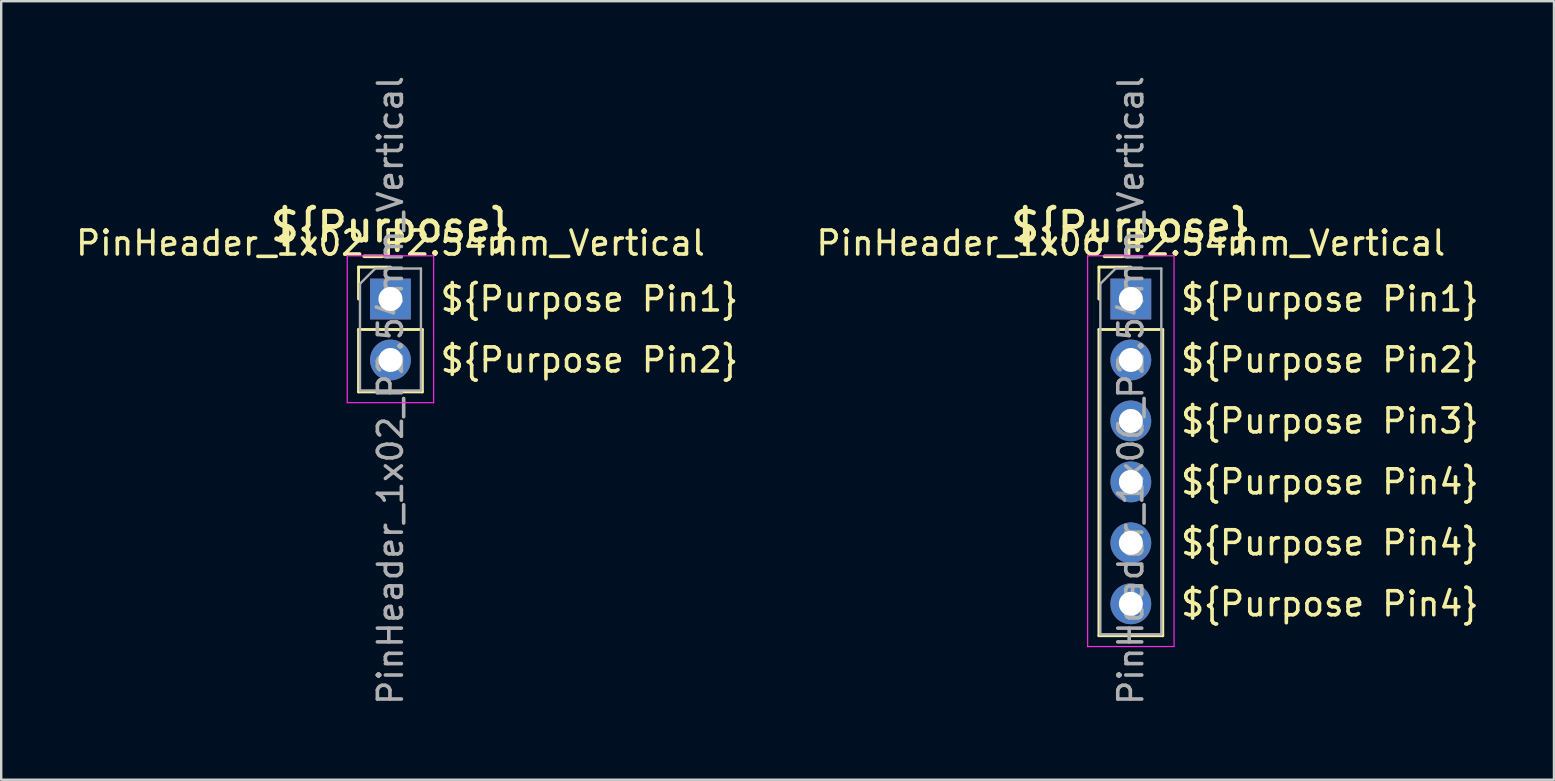
<source format=kicad_pcb>
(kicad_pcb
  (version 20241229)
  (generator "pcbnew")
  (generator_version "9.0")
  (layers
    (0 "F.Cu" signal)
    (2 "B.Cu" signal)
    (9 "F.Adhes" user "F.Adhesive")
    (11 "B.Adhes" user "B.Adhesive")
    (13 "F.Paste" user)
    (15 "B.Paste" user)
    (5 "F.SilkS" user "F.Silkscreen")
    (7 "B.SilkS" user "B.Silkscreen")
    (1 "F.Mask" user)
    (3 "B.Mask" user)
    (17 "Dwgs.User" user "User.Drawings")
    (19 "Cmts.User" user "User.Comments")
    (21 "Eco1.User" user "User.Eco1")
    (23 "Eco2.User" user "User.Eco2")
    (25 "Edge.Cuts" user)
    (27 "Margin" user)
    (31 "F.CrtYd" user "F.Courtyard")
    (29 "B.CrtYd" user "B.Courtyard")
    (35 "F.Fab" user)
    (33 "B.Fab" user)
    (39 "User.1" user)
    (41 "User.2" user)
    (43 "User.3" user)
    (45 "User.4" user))
  (footprint "PinHeader_1x02_P2.54mm_Vertical"
    (layer "F.Cu")
    (at 13.22 9.41)
    (property "Reference" "PinHeader_1x02_P2.54mm_Vertical" (at 0 -2.33 0) (layer "F.SilkS") (effects (font (size 1 1) (thickness 0.15))))
    (attr through_hole)
    (fp_line (start -1.33 -1.33) (end 0 -1.33) (stroke (width 0.12) (type solid)) (layer "F.SilkS"))
    (fp_line (start -1.33 0) (end -1.33 -1.33) (stroke (width 0.12) (type solid)) (layer "F.SilkS"))
    (fp_line (start -1.33 1.27) (end -1.33 3.87) (stroke (width 0.12) (type solid)) (layer "F.SilkS"))
    (fp_line (start -1.33 1.27) (end 1.33 1.27) (stroke (width 0.12) (type solid)) (layer "F.SilkS"))
    (fp_line (start -1.33 3.87) (end 1.33 3.87) (stroke (width 0.12) (type solid)) (layer "F.SilkS"))
    (fp_line (start 1.33 1.27) (end 1.33 3.87) (stroke (width 0.12) (type solid)) (layer "F.SilkS"))
    (fp_line (start -1.8 -1.8) (end -1.8 4.32) (stroke (width 0.05) (type solid)) (layer "F.CrtYd"))
    (fp_line (start -1.8 4.32) (end 1.8 4.32) (stroke (width 0.05) (type solid)) (layer "F.CrtYd"))
    (fp_line (start 1.8 -1.8) (end -1.8 -1.8) (stroke (width 0.05) (type solid)) (layer "F.CrtYd"))
    (fp_line (start 1.8 4.32) (end 1.8 -1.8) (stroke (width 0.05) (type solid)) (layer "F.CrtYd"))
    (fp_line (start -1.27 -0.635) (end -0.635 -1.27) (stroke (width 0.1) (type solid)) (layer "F.Fab"))
    (fp_line (start -1.27 3.81) (end -1.27 -0.635) (stroke (width 0.1) (type solid)) (layer "F.Fab"))
    (fp_line (start -0.635 -1.27) (end 1.27 -1.27) (stroke (width 0.1) (type solid)) (layer "F.Fab"))
    (fp_line (start 1.27 -1.27) (end 1.27 3.81) (stroke (width 0.1) (type solid)) (layer "F.Fab"))
    (fp_line (start 1.27 3.81) (end -1.27 3.81) (stroke (width 0.1) (type solid)) (layer "F.Fab"))
    (fp_text user "${Purpose}" (at 0 -3 0) (layer "F.SilkS") (effects (font (size 1.2 1.2) (thickness 0.2))))
    (fp_text user "${Purpose Pin1}" (at 2 0 0) (layer "F.SilkS") (effects (font (size 1 1) (thickness 0.15)) (justify left)))
    (fp_text user "${Purpose Pin2}" (at 2 2.54 0) (layer "F.SilkS") (effects (font (size 1 1) (thickness 0.15)) (justify left)))
    (fp_text user "${REFERENCE}" (at 0 3.81 90) (layer "F.Fab") (effects (font (size 1 1) (thickness 0.15))))
    (pad "1" thru_hole rect (at 0 0) (size 1.7 1.7) (drill 1) (layers "*.Cu" "*.Mask"))
    (pad "2" thru_hole oval (at 0 2.54) (size 1.7 1.7) (drill 1) (layers "*.Cu" "*.Mask")))
  (footprint "PinHeader_1x06_P2.54mm_Vertical"
    (layer "F.Cu")
    (at 44.071 9.41)
    (property "Reference" "PinHeader_1x06_P2.54mm_Vertical" (at 0 -2.33 0) (layer "F.SilkS") (effects (font (size 1 1) (thickness 0.15))))
    (attr through_hole)
    (fp_line (start -1.33 -1.33) (end 0 -1.33) (stroke (width 0.12) (type solid)) (layer "F.SilkS"))
    (fp_line (start -1.33 0) (end -1.33 -1.33) (stroke (width 0.12) (type solid)) (layer "F.SilkS"))
    (fp_line (start -1.33 1.27) (end -1.33 14.03) (stroke (width 0.12) (type solid)) (layer "F.SilkS"))
    (fp_line (start -1.33 1.27) (end 1.33 1.27) (stroke (width 0.12) (type solid)) (layer "F.SilkS"))
    (fp_line (start -1.33 14.03) (end 1.33 14.03) (stroke (width 0.12) (type solid)) (layer "F.SilkS"))
    (fp_line (start 1.33 1.27) (end 1.33 14.03) (stroke (width 0.12) (type solid)) (layer "F.SilkS"))
    (fp_line (start -1.8 -1.8) (end -1.8 14.48) (stroke (width 0.05) (type solid)) (layer "F.CrtYd"))
    (fp_line (start -1.8 14.48) (end 1.8 14.48) (stroke (width 0.05) (type solid)) (layer "F.CrtYd"))
    (fp_line (start 1.8 -1.8) (end -1.8 -1.8) (stroke (width 0.05) (type solid)) (layer "F.CrtYd"))
    (fp_line (start 1.8 14.48) (end 1.8 -1.8) (stroke (width 0.05) (type solid)) (layer "F.CrtYd"))
    (fp_line (start -1.27 -0.635) (end -0.635 -1.27) (stroke (width 0.1) (type solid)) (layer "F.Fab"))
    (fp_line (start -1.27 13.97) (end -1.27 -0.635) (stroke (width 0.1) (type solid)) (layer "F.Fab"))
    (fp_line (start -0.635 -1.27) (end 1.27 -1.27) (stroke (width 0.1) (type solid)) (layer "F.Fab"))
    (fp_line (start 1.27 -1.27) (end 1.27 13.97) (stroke (width 0.1) (type solid)) (layer "F.Fab"))
    (fp_line (start 1.27 13.97) (end -1.27 13.97) (stroke (width 0.1) (type solid)) (layer "F.Fab"))
    (fp_text user "${Purpose}" (at 0 -3 0) (layer "F.SilkS") (effects (font (size 1.2 1.2) (thickness 0.2))))
    (fp_text user "${Purpose Pin2}" (at 2 2.54 0) (layer "F.SilkS") (effects (font (size 1 1) (thickness 0.15)) (justify left)))
    (fp_text user "${Purpose Pin4}" (at 2 7.62 0) (layer "F.SilkS") (effects (font (size 1 1) (thickness 0.15)) (justify left)))
    (fp_text user "${Purpose Pin1}" (at 2 0 0) (layer "F.SilkS") (effects (font (size 1 1) (thickness 0.15)) (justify left)))
    (fp_text user "${Purpose Pin3}" (at 2 5.08 0) (layer "F.SilkS") (effects (font (size 1 1) (thickness 0.15)) (justify left)))
    (fp_text user "${Purpose Pin4}" (at 2 10.16 0) (layer "F.SilkS") (effects (font (size 1 1) (thickness 0.15)) (justify left)))
    (fp_text user "${Purpose Pin4}" (at 2 12.7 0) (layer "F.SilkS") (effects (font (size 1 1) (thickness 0.15)) (justify left)))
    (fp_text user "${REFERENCE}" (at 0 3.81 90) (layer "F.Fab") (effects (font (size 1 1) (thickness 0.15))))
    (pad "1" thru_hole rect (at 0 0) (size 1.7 1.7) (drill 1) (layers "*.Cu" "*.Mask"))
    (pad "2" thru_hole oval (at 0 2.54) (size 1.7 1.7) (drill 1) (layers "*.Cu" "*.Mask"))
    (pad "3" thru_hole oval (at 0 5.08) (size 1.7 1.7) (drill 1) (layers "*.Cu" "*.Mask"))
    (pad "4" thru_hole oval (at 0 7.62) (size 1.7 1.7) (drill 1) (layers "*.Cu" "*.Mask"))
    (pad "5" thru_hole oval (at 0 10.16) (size 1.7 1.7) (drill 1) (layers "*.Cu" "*.Mask"))
    (pad "6" thru_hole oval (at 0 12.7) (size 1.7 1.7) (drill 1) (layers "*.Cu" "*.Mask")))
  (gr_rect
    (start -3 -3)
    (end 61.702 29.44)
    (stroke (width 0.1) (type default))
    (fill no)
    (layer "Edge.Cuts")))
</source>
